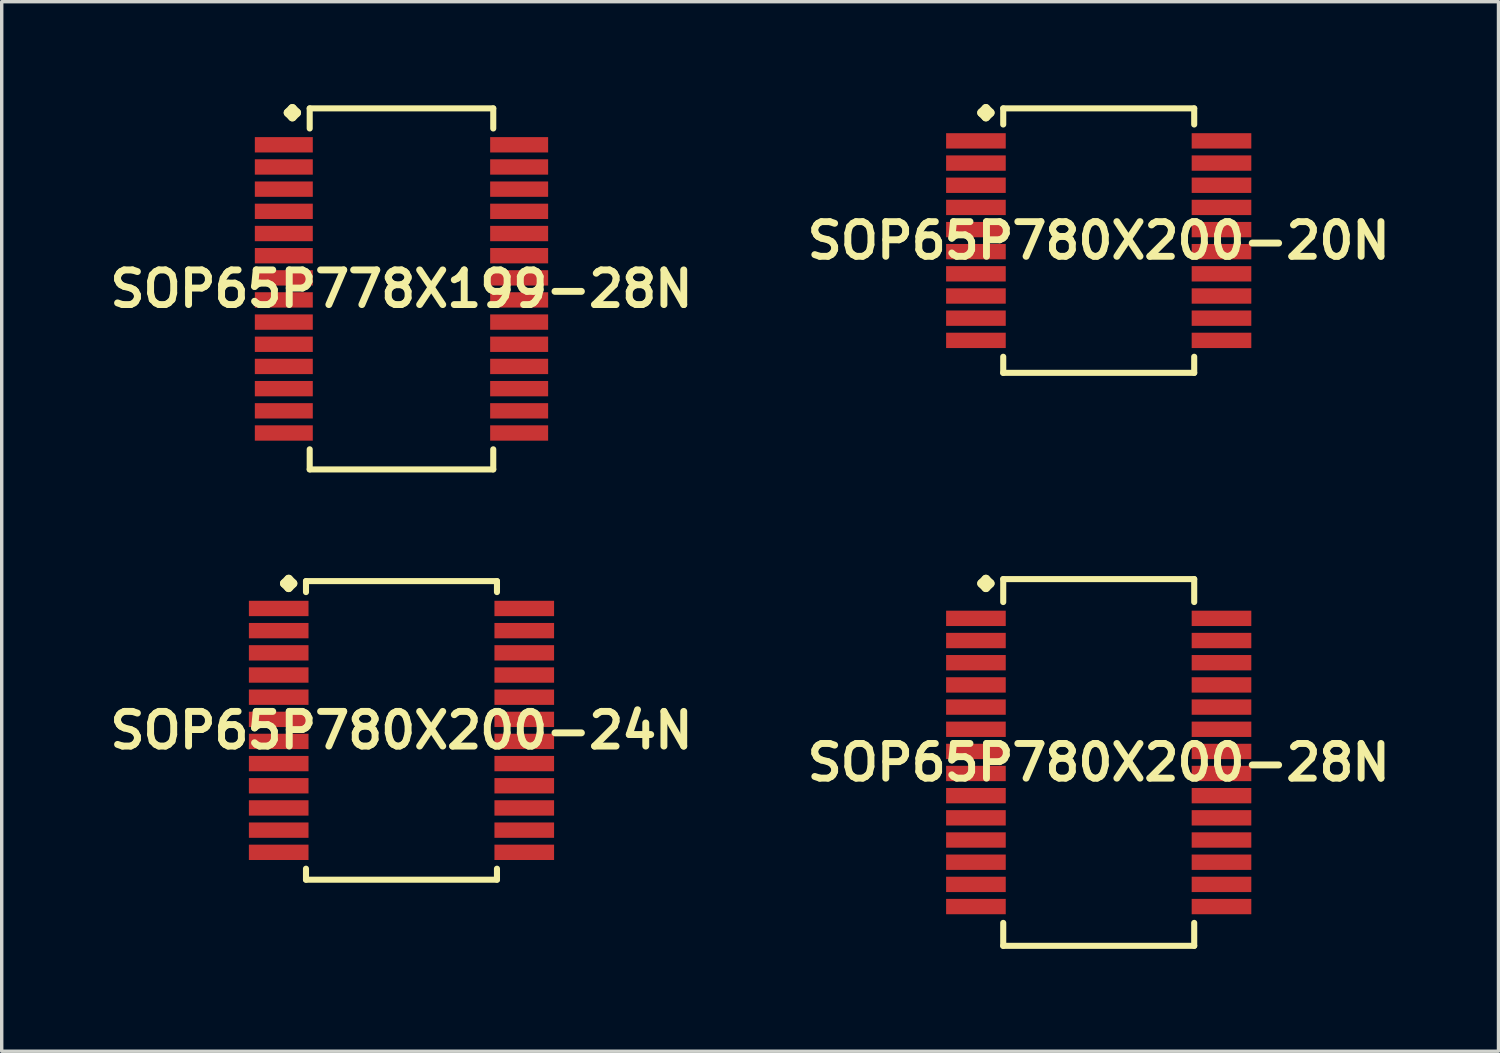
<source format=kicad_pcb>
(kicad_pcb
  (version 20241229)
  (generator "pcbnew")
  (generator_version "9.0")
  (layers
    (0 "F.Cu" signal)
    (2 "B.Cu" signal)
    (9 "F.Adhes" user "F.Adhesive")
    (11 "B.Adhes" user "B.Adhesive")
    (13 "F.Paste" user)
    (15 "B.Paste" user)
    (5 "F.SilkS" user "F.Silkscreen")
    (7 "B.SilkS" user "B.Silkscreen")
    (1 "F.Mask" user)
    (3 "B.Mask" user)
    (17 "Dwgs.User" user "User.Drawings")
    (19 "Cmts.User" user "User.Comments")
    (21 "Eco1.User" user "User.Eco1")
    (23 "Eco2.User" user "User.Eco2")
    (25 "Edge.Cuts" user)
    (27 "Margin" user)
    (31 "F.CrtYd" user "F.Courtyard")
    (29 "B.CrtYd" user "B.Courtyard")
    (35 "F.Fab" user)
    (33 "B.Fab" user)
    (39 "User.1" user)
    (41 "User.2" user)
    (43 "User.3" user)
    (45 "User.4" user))
  (footprint "SOP65P780X200-28N"
    (layer "F.Cu")
    (at 29.155 19.299)
    (property "Reference" "SOP65P780X200-28N" (at 0 0 0) (layer "F.SilkS") (effects (font (size 1.016 1.016) (thickness 0.203))))
    (attr smd)
    (fp_line (start -3.434 -5.248) (end -3.307 -5.375) (stroke (width 0.254) (type solid)) (layer "F.SilkS"))
    (fp_line (start -3.307 -5.375) (end -3.18 -5.248) (stroke (width 0.254) (type solid)) (layer "F.SilkS"))
    (fp_line (start -3.307 -5.121) (end -3.434 -5.248) (stroke (width 0.254) (type solid)) (layer "F.SilkS"))
    (fp_line (start -3.18 -5.248) (end -3.307 -5.121) (stroke (width 0.254) (type solid)) (layer "F.SilkS"))
    (fp_line (start -2.799 -5.375) (end 2.799 -5.375) (stroke (width 0.178) (type solid)) (layer "F.SilkS"))
    (fp_line (start -2.799 -4.702) (end -2.799 -5.375) (stroke (width 0.178) (type solid)) (layer "F.SilkS"))
    (fp_line (start -2.799 4.702) (end -2.799 5.375) (stroke (width 0.178) (type solid)) (layer "F.SilkS"))
    (fp_line (start -2.799 5.375) (end 2.799 5.375) (stroke (width 0.178) (type solid)) (layer "F.SilkS"))
    (fp_line (start 2.799 -5.375) (end 2.799 -4.702) (stroke (width 0.178) (type solid)) (layer "F.SilkS"))
    (fp_line (start 2.799 5.375) (end 2.799 4.702) (stroke (width 0.178) (type solid)) (layer "F.SilkS"))
    (pad "1" smd rect (at -3.599 -4.224) (size 1.748 0.45) (layers "F.Cu" "F.Mask" "F.Paste"))
    (pad "2" smd rect (at -3.599 -3.574) (size 1.748 0.45) (layers "F.Cu" "F.Mask" "F.Paste"))
    (pad "3" smd rect (at -3.599 -2.924) (size 1.748 0.45) (layers "F.Cu" "F.Mask" "F.Paste"))
    (pad "4" smd rect (at -3.599 -2.273) (size 1.748 0.45) (layers "F.Cu" "F.Mask" "F.Paste"))
    (pad "5" smd rect (at -3.599 -1.623) (size 1.748 0.45) (layers "F.Cu" "F.Mask" "F.Paste"))
    (pad "6" smd rect (at -3.599 -0.973) (size 1.748 0.45) (layers "F.Cu" "F.Mask" "F.Paste"))
    (pad "7" smd rect (at -3.599 -0.323) (size 1.748 0.45) (layers "F.Cu" "F.Mask" "F.Paste"))
    (pad "8" smd rect (at -3.599 0.323) (size 1.748 0.45) (layers "F.Cu" "F.Mask" "F.Paste"))
    (pad "9" smd rect (at -3.599 0.973) (size 1.748 0.45) (layers "F.Cu" "F.Mask" "F.Paste"))
    (pad "10" smd rect (at -3.599 1.623) (size 1.748 0.45) (layers "F.Cu" "F.Mask" "F.Paste"))
    (pad "11" smd rect (at -3.599 2.273) (size 1.748 0.45) (layers "F.Cu" "F.Mask" "F.Paste"))
    (pad "12" smd rect (at -3.599 2.924) (size 1.748 0.45) (layers "F.Cu" "F.Mask" "F.Paste"))
    (pad "13" smd rect (at -3.599 3.574) (size 1.748 0.45) (layers "F.Cu" "F.Mask" "F.Paste"))
    (pad "14" smd rect (at -3.599 4.224) (size 1.748 0.45) (layers "F.Cu" "F.Mask" "F.Paste"))
    (pad "15" smd rect (at 3.599 4.224) (size 1.748 0.45) (layers "F.Cu" "F.Mask" "F.Paste"))
    (pad "16" smd rect (at 3.599 3.574) (size 1.748 0.45) (layers "F.Cu" "F.Mask" "F.Paste"))
    (pad "17" smd rect (at 3.599 2.924) (size 1.748 0.45) (layers "F.Cu" "F.Mask" "F.Paste"))
    (pad "18" smd rect (at 3.599 2.273) (size 1.748 0.45) (layers "F.Cu" "F.Mask" "F.Paste"))
    (pad "19" smd rect (at 3.599 1.623) (size 1.748 0.45) (layers "F.Cu" "F.Mask" "F.Paste"))
    (pad "20" smd rect (at 3.599 0.973) (size 1.748 0.45) (layers "F.Cu" "F.Mask" "F.Paste"))
    (pad "21" smd rect (at 3.599 0.323) (size 1.748 0.45) (layers "F.Cu" "F.Mask" "F.Paste"))
    (pad "22" smd rect (at 3.599 -0.323) (size 1.748 0.45) (layers "F.Cu" "F.Mask" "F.Paste"))
    (pad "23" smd rect (at 3.599 -0.973) (size 1.748 0.45) (layers "F.Cu" "F.Mask" "F.Paste"))
    (pad "24" smd rect (at 3.599 -1.623) (size 1.748 0.45) (layers "F.Cu" "F.Mask" "F.Paste"))
    (pad "25" smd rect (at 3.599 -2.273) (size 1.748 0.45) (layers "F.Cu" "F.Mask" "F.Paste"))
    (pad "26" smd rect (at 3.599 -2.924) (size 1.748 0.45) (layers "F.Cu" "F.Mask" "F.Paste"))
    (pad "27" smd rect (at 3.599 -3.574) (size 1.748 0.45) (layers "F.Cu" "F.Mask" "F.Paste"))
    (pad "28" smd rect (at 3.599 -4.224) (size 1.748 0.45) (layers "F.Cu" "F.Mask" "F.Paste")))
  (footprint "SOP65P778X199-28N"
    (layer "F.Cu")
    (at 8.718 5.418)
    (property "Reference" "SOP65P778X199-28N" (at 0 0 0) (layer "F.SilkS") (effects (font (size 1.016 1.016) (thickness 0.203))))
    (attr smd)
    (fp_line (start -3.325 -5.164) (end -3.198 -5.291) (stroke (width 0.254) (type solid)) (layer "F.SilkS"))
    (fp_line (start -3.198 -5.291) (end -3.071 -5.164) (stroke (width 0.254) (type solid)) (layer "F.SilkS"))
    (fp_line (start -3.198 -5.037) (end -3.325 -5.164) (stroke (width 0.254) (type solid)) (layer "F.SilkS"))
    (fp_line (start -3.071 -5.164) (end -3.198 -5.037) (stroke (width 0.254) (type solid)) (layer "F.SilkS"))
    (fp_line (start -2.69 -5.291) (end 2.69 -5.291) (stroke (width 0.178) (type solid)) (layer "F.SilkS"))
    (fp_line (start -2.69 -4.702) (end -2.69 -5.291) (stroke (width 0.178) (type solid)) (layer "F.SilkS"))
    (fp_line (start -2.69 4.702) (end -2.69 5.291) (stroke (width 0.178) (type solid)) (layer "F.SilkS"))
    (fp_line (start -2.69 5.291) (end 2.69 5.291) (stroke (width 0.178) (type solid)) (layer "F.SilkS"))
    (fp_line (start 2.69 -5.291) (end 2.69 -4.702) (stroke (width 0.178) (type solid)) (layer "F.SilkS"))
    (fp_line (start 2.69 5.291) (end 2.69 4.702) (stroke (width 0.178) (type solid)) (layer "F.SilkS"))
    (pad "1" smd rect (at -3.449 -4.224) (size 1.699 0.45) (layers "F.Cu" "F.Mask" "F.Paste"))
    (pad "2" smd rect (at -3.449 -3.574) (size 1.699 0.45) (layers "F.Cu" "F.Mask" "F.Paste"))
    (pad "3" smd rect (at -3.449 -2.924) (size 1.699 0.45) (layers "F.Cu" "F.Mask" "F.Paste"))
    (pad "4" smd rect (at -3.449 -2.273) (size 1.699 0.45) (layers "F.Cu" "F.Mask" "F.Paste"))
    (pad "5" smd rect (at -3.449 -1.623) (size 1.699 0.45) (layers "F.Cu" "F.Mask" "F.Paste"))
    (pad "6" smd rect (at -3.449 -0.973) (size 1.699 0.45) (layers "F.Cu" "F.Mask" "F.Paste"))
    (pad "7" smd rect (at -3.449 -0.323) (size 1.699 0.45) (layers "F.Cu" "F.Mask" "F.Paste"))
    (pad "8" smd rect (at -3.449 0.323) (size 1.699 0.45) (layers "F.Cu" "F.Mask" "F.Paste"))
    (pad "9" smd rect (at -3.449 0.973) (size 1.699 0.45) (layers "F.Cu" "F.Mask" "F.Paste"))
    (pad "10" smd rect (at -3.449 1.623) (size 1.699 0.45) (layers "F.Cu" "F.Mask" "F.Paste"))
    (pad "11" smd rect (at -3.449 2.273) (size 1.699 0.45) (layers "F.Cu" "F.Mask" "F.Paste"))
    (pad "12" smd rect (at -3.449 2.924) (size 1.699 0.45) (layers "F.Cu" "F.Mask" "F.Paste"))
    (pad "13" smd rect (at -3.449 3.574) (size 1.699 0.45) (layers "F.Cu" "F.Mask" "F.Paste"))
    (pad "14" smd rect (at -3.449 4.224) (size 1.699 0.45) (layers "F.Cu" "F.Mask" "F.Paste"))
    (pad "15" smd rect (at 3.449 4.224) (size 1.699 0.45) (layers "F.Cu" "F.Mask" "F.Paste"))
    (pad "16" smd rect (at 3.449 3.574) (size 1.699 0.45) (layers "F.Cu" "F.Mask" "F.Paste"))
    (pad "17" smd rect (at 3.449 2.924) (size 1.699 0.45) (layers "F.Cu" "F.Mask" "F.Paste"))
    (pad "18" smd rect (at 3.449 2.273) (size 1.699 0.45) (layers "F.Cu" "F.Mask" "F.Paste"))
    (pad "19" smd rect (at 3.449 1.623) (size 1.699 0.45) (layers "F.Cu" "F.Mask" "F.Paste"))
    (pad "20" smd rect (at 3.449 0.973) (size 1.699 0.45) (layers "F.Cu" "F.Mask" "F.Paste"))
    (pad "21" smd rect (at 3.449 0.323) (size 1.699 0.45) (layers "F.Cu" "F.Mask" "F.Paste"))
    (pad "22" smd rect (at 3.449 -0.323) (size 1.699 0.45) (layers "F.Cu" "F.Mask" "F.Paste"))
    (pad "23" smd rect (at 3.449 -0.973) (size 1.699 0.45) (layers "F.Cu" "F.Mask" "F.Paste"))
    (pad "24" smd rect (at 3.449 -1.623) (size 1.699 0.45) (layers "F.Cu" "F.Mask" "F.Paste"))
    (pad "25" smd rect (at 3.449 -2.273) (size 1.699 0.45) (layers "F.Cu" "F.Mask" "F.Paste"))
    (pad "26" smd rect (at 3.449 -2.924) (size 1.699 0.45) (layers "F.Cu" "F.Mask" "F.Paste"))
    (pad "27" smd rect (at 3.449 -3.574) (size 1.699 0.45) (layers "F.Cu" "F.Mask" "F.Paste"))
    (pad "28" smd rect (at 3.449 -4.224) (size 1.699 0.45) (layers "F.Cu" "F.Mask" "F.Paste")))
  (footprint "SOP65P780X200-20N"
    (layer "F.Cu")
    (at 29.155 4.003)
    (property "Reference" "SOP65P780X200-20N" (at 0 0 0) (layer "F.SilkS") (effects (font (size 1.016 1.016) (thickness 0.203))))
    (attr smd)
    (fp_line (start -3.434 -3.749) (end -3.307 -3.876) (stroke (width 0.254) (type solid)) (layer "F.SilkS"))
    (fp_line (start -3.307 -3.876) (end -3.18 -3.749) (stroke (width 0.254) (type solid)) (layer "F.SilkS"))
    (fp_line (start -3.307 -3.622) (end -3.434 -3.749) (stroke (width 0.254) (type solid)) (layer "F.SilkS"))
    (fp_line (start -3.18 -3.749) (end -3.307 -3.622) (stroke (width 0.254) (type solid)) (layer "F.SilkS"))
    (fp_line (start -2.799 -3.876) (end 2.799 -3.876) (stroke (width 0.178) (type solid)) (layer "F.SilkS"))
    (fp_line (start -2.799 -3.404) (end -2.799 -3.876) (stroke (width 0.178) (type solid)) (layer "F.SilkS"))
    (fp_line (start -2.799 3.404) (end -2.799 3.876) (stroke (width 0.178) (type solid)) (layer "F.SilkS"))
    (fp_line (start -2.799 3.876) (end 2.799 3.876) (stroke (width 0.178) (type solid)) (layer "F.SilkS"))
    (fp_line (start 2.799 -3.876) (end 2.799 -3.404) (stroke (width 0.178) (type solid)) (layer "F.SilkS"))
    (fp_line (start 2.799 3.876) (end 2.799 3.404) (stroke (width 0.178) (type solid)) (layer "F.SilkS"))
    (pad "1" smd rect (at -3.599 -2.924) (size 1.748 0.45) (layers "F.Cu" "F.Mask" "F.Paste"))
    (pad "2" smd rect (at -3.599 -2.273) (size 1.748 0.45) (layers "F.Cu" "F.Mask" "F.Paste"))
    (pad "3" smd rect (at -3.599 -1.623) (size 1.748 0.45) (layers "F.Cu" "F.Mask" "F.Paste"))
    (pad "4" smd rect (at -3.599 -0.973) (size 1.748 0.45) (layers "F.Cu" "F.Mask" "F.Paste"))
    (pad "5" smd rect (at -3.599 -0.323) (size 1.748 0.45) (layers "F.Cu" "F.Mask" "F.Paste"))
    (pad "6" smd rect (at -3.599 0.323) (size 1.748 0.45) (layers "F.Cu" "F.Mask" "F.Paste"))
    (pad "7" smd rect (at -3.599 0.973) (size 1.748 0.45) (layers "F.Cu" "F.Mask" "F.Paste"))
    (pad "8" smd rect (at -3.599 1.623) (size 1.748 0.45) (layers "F.Cu" "F.Mask" "F.Paste"))
    (pad "9" smd rect (at -3.599 2.273) (size 1.748 0.45) (layers "F.Cu" "F.Mask" "F.Paste"))
    (pad "10" smd rect (at -3.599 2.924) (size 1.748 0.45) (layers "F.Cu" "F.Mask" "F.Paste"))
    (pad "11" smd rect (at 3.599 2.924) (size 1.748 0.45) (layers "F.Cu" "F.Mask" "F.Paste"))
    (pad "12" smd rect (at 3.599 2.273) (size 1.748 0.45) (layers "F.Cu" "F.Mask" "F.Paste"))
    (pad "13" smd rect (at 3.599 1.623) (size 1.748 0.45) (layers "F.Cu" "F.Mask" "F.Paste"))
    (pad "14" smd rect (at 3.599 0.973) (size 1.748 0.45) (layers "F.Cu" "F.Mask" "F.Paste"))
    (pad "15" smd rect (at 3.599 0.323) (size 1.748 0.45) (layers "F.Cu" "F.Mask" "F.Paste"))
    (pad "16" smd rect (at 3.599 -0.323) (size 1.748 0.45) (layers "F.Cu" "F.Mask" "F.Paste"))
    (pad "17" smd rect (at 3.599 -0.973) (size 1.748 0.45) (layers "F.Cu" "F.Mask" "F.Paste"))
    (pad "18" smd rect (at 3.599 -1.623) (size 1.748 0.45) (layers "F.Cu" "F.Mask" "F.Paste"))
    (pad "19" smd rect (at 3.599 -2.273) (size 1.748 0.45) (layers "F.Cu" "F.Mask" "F.Paste"))
    (pad "20" smd rect (at 3.599 -2.924) (size 1.748 0.45) (layers "F.Cu" "F.Mask" "F.Paste")))
  (footprint "SOP65P780X200-24N"
    (layer "F.Cu")
    (at 8.718 18.359)
    (property "Reference" "SOP65P780X200-24N" (at 0 0 0) (layer "F.SilkS") (effects (font (size 1.016 1.016) (thickness 0.203))))
    (attr smd)
    (fp_line (start -3.434 -4.308) (end -3.307 -4.435) (stroke (width 0.254) (type solid)) (layer "F.SilkS"))
    (fp_line (start -3.307 -4.435) (end -3.18 -4.308) (stroke (width 0.254) (type solid)) (layer "F.SilkS"))
    (fp_line (start -3.307 -4.181) (end -3.434 -4.308) (stroke (width 0.254) (type solid)) (layer "F.SilkS"))
    (fp_line (start -3.18 -4.308) (end -3.307 -4.181) (stroke (width 0.254) (type solid)) (layer "F.SilkS"))
    (fp_line (start -2.799 -4.376) (end 2.799 -4.376) (stroke (width 0.178) (type solid)) (layer "F.SilkS"))
    (fp_line (start -2.799 -4.054) (end -2.799 -4.376) (stroke (width 0.178) (type solid)) (layer "F.SilkS"))
    (fp_line (start -2.799 4.054) (end -2.799 4.376) (stroke (width 0.178) (type solid)) (layer "F.SilkS"))
    (fp_line (start -2.799 4.376) (end 2.799 4.376) (stroke (width 0.178) (type solid)) (layer "F.SilkS"))
    (fp_line (start 2.799 -4.376) (end 2.799 -4.054) (stroke (width 0.178) (type solid)) (layer "F.SilkS"))
    (fp_line (start 2.799 4.376) (end 2.799 4.054) (stroke (width 0.178) (type solid)) (layer "F.SilkS"))
    (pad "1" smd rect (at -3.599 -3.574) (size 1.748 0.45) (layers "F.Cu" "F.Mask" "F.Paste"))
    (pad "2" smd rect (at -3.599 -2.924) (size 1.748 0.45) (layers "F.Cu" "F.Mask" "F.Paste"))
    (pad "3" smd rect (at -3.599 -2.273) (size 1.748 0.45) (layers "F.Cu" "F.Mask" "F.Paste"))
    (pad "4" smd rect (at -3.599 -1.623) (size 1.748 0.45) (layers "F.Cu" "F.Mask" "F.Paste"))
    (pad "5" smd rect (at -3.599 -0.973) (size 1.748 0.45) (layers "F.Cu" "F.Mask" "F.Paste"))
    (pad "6" smd rect (at -3.599 -0.323) (size 1.748 0.45) (layers "F.Cu" "F.Mask" "F.Paste"))
    (pad "7" smd rect (at -3.599 0.323) (size 1.748 0.45) (layers "F.Cu" "F.Mask" "F.Paste"))
    (pad "8" smd rect (at -3.599 0.973) (size 1.748 0.45) (layers "F.Cu" "F.Mask" "F.Paste"))
    (pad "9" smd rect (at -3.599 1.623) (size 1.748 0.45) (layers "F.Cu" "F.Mask" "F.Paste"))
    (pad "10" smd rect (at -3.599 2.273) (size 1.748 0.45) (layers "F.Cu" "F.Mask" "F.Paste"))
    (pad "11" smd rect (at -3.599 2.924) (size 1.748 0.45) (layers "F.Cu" "F.Mask" "F.Paste"))
    (pad "12" smd rect (at -3.599 3.574) (size 1.748 0.45) (layers "F.Cu" "F.Mask" "F.Paste"))
    (pad "13" smd rect (at 3.599 3.574) (size 1.748 0.45) (layers "F.Cu" "F.Mask" "F.Paste"))
    (pad "14" smd rect (at 3.599 2.924) (size 1.748 0.45) (layers "F.Cu" "F.Mask" "F.Paste"))
    (pad "15" smd rect (at 3.599 2.273) (size 1.748 0.45) (layers "F.Cu" "F.Mask" "F.Paste"))
    (pad "16" smd rect (at 3.599 1.623) (size 1.748 0.45) (layers "F.Cu" "F.Mask" "F.Paste"))
    (pad "17" smd rect (at 3.599 0.973) (size 1.748 0.45) (layers "F.Cu" "F.Mask" "F.Paste"))
    (pad "18" smd rect (at 3.599 0.323) (size 1.748 0.45) (layers "F.Cu" "F.Mask" "F.Paste"))
    (pad "19" smd rect (at 3.599 -0.323) (size 1.748 0.45) (layers "F.Cu" "F.Mask" "F.Paste"))
    (pad "20" smd rect (at 3.599 -0.973) (size 1.748 0.45) (layers "F.Cu" "F.Mask" "F.Paste"))
    (pad "21" smd rect (at 3.599 -1.623) (size 1.748 0.45) (layers "F.Cu" "F.Mask" "F.Paste"))
    (pad "22" smd rect (at 3.599 -2.273) (size 1.748 0.45) (layers "F.Cu" "F.Mask" "F.Paste"))
    (pad "23" smd rect (at 3.599 -2.924) (size 1.748 0.45) (layers "F.Cu" "F.Mask" "F.Paste"))
    (pad "24" smd rect (at 3.599 -3.574) (size 1.748 0.45) (layers "F.Cu" "F.Mask" "F.Paste")))
  (gr_rect
    (start -3 -3)
    (end 40.873 27.763)
    (stroke (width 0.1) (type default))
    (fill no)
    (layer "Edge.Cuts")))
</source>
